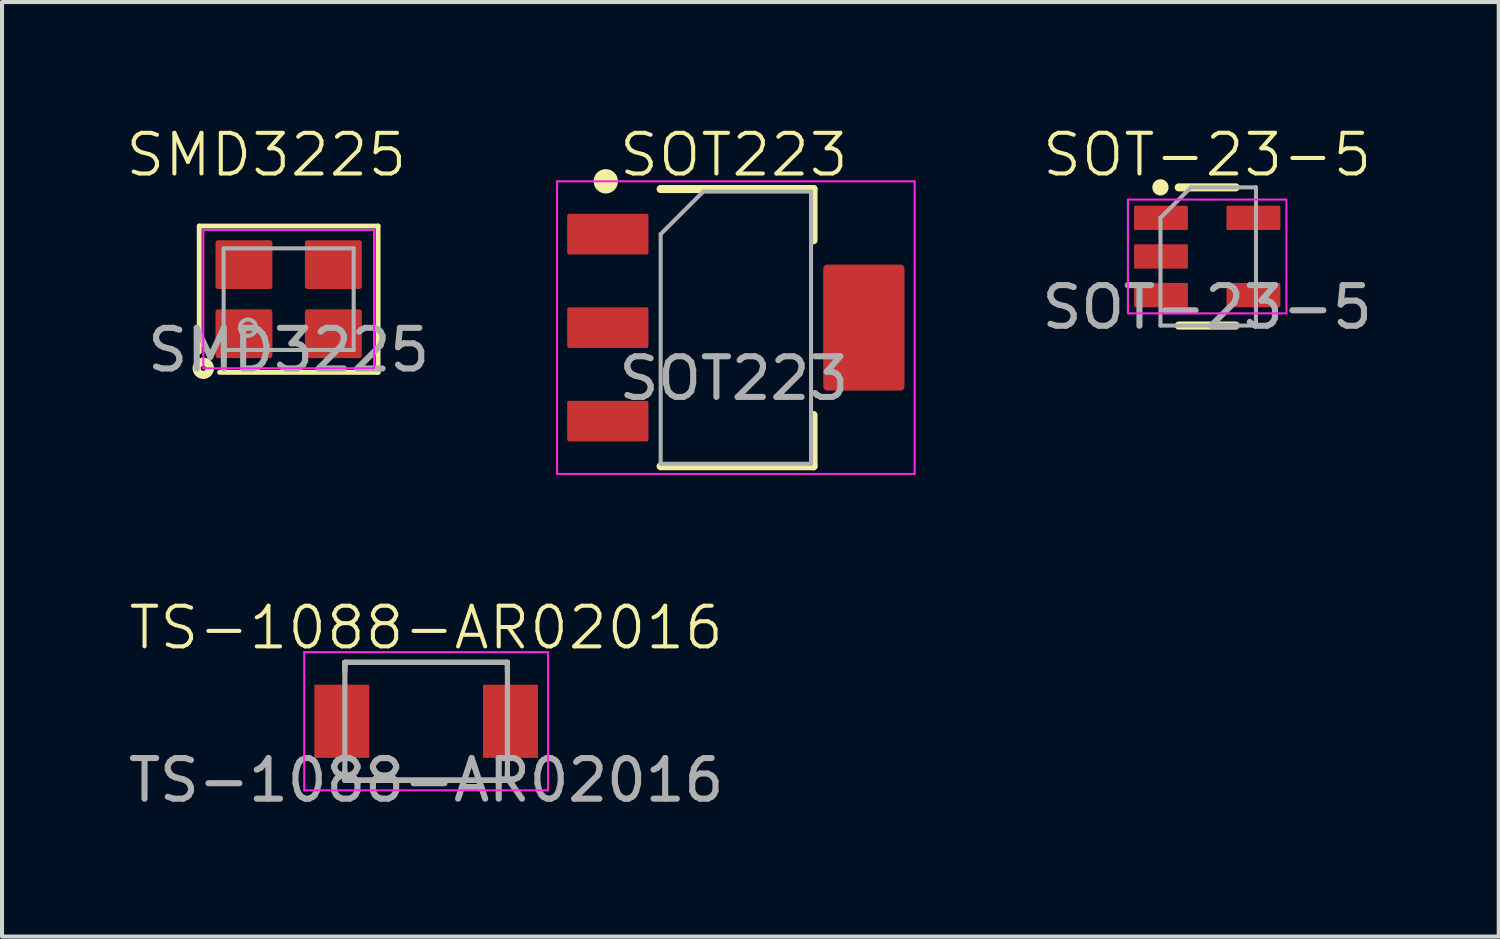
<source format=kicad_pcb>
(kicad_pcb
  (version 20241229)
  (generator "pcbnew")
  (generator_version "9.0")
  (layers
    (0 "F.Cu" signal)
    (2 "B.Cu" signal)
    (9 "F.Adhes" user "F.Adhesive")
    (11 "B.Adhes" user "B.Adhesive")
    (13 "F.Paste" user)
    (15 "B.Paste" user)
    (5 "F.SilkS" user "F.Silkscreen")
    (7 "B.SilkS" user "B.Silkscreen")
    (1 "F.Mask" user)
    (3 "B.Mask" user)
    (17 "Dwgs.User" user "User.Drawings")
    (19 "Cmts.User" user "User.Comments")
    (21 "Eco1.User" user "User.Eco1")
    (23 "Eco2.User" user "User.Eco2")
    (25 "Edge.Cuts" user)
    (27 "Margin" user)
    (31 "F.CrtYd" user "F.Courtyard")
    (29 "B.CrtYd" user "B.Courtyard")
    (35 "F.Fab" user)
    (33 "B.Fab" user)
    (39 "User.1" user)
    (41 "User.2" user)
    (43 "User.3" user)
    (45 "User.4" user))
  (footprint "SOT-23-5"
    (layer "F.Cu")
    (at 26.652 3.26)
    (property "Reference" "SOT-23-5" (at 0 -2.5 0) (unlocked yes) (layer "F.SilkS") (effects (font (size 1 1) (thickness 0.1))))
    (attr smd)
    (fp_line (start -0.7 -1.7) (end 0.7 -1.7) (stroke (width 0.2) (type solid)) (layer "F.SilkS"))
    (fp_line (start -0.7 1.7) (end 0.7 1.7) (stroke (width 0.2) (type solid)) (layer "F.SilkS"))
    (fp_circle (center -1.15 -1.7) (end -1 -1.7) (stroke (width 0.1) (type solid)) (fill yes) (layer "F.SilkS"))
    (fp_rect (start -1.95 -1.4) (end 1.95 1.4) (stroke (width 0.05) (type default)) (fill no) (layer "F.CrtYd"))
    (fp_line (start -1.15 -0.95) (end -0.4 -1.7) (stroke (width 0.1) (type default)) (layer "F.Fab"))
    (fp_line (start -1.15 1.7) (end -1.15 -0.95) (stroke (width 0.1) (type default)) (layer "F.Fab"))
    (fp_line (start -0.4 -1.7) (end 1.2 -1.7) (stroke (width 0.1) (type default)) (layer "F.Fab"))
    (fp_line (start 1.2 -1.7) (end 1.2 1.7) (stroke (width 0.1) (type default)) (layer "F.Fab"))
    (fp_line (start 1.2 1.7) (end -1.15 1.7) (stroke (width 0.1) (type default)) (layer "F.Fab"))
    (fp_text user "${REFERENCE}" (at 0 1.25 0) (unlocked yes) (layer "F.Fab") (effects (font (size 1 1) (thickness 0.15))))
    (pad "1" smd roundrect (at -1.137 -0.95) (size 1.325 0.6) (layers "F.Cu" "F.Mask" "F.Paste") (roundrect_rratio 0.05))
    (pad "2" smd roundrect (at -1.137 0) (size 1.325 0.6) (layers "F.Cu" "F.Mask" "F.Paste") (roundrect_rratio 0.05))
    (pad "3" smd roundrect (at -1.137 0.95) (size 1.325 0.6) (layers "F.Cu" "F.Mask" "F.Paste") (roundrect_rratio 0.05))
    (pad "4" smd roundrect (at 1.137 0.95) (size 1.325 0.6) (layers "F.Cu" "F.Mask" "F.Paste") (roundrect_rratio 0.05))
    (pad "5" smd roundrect (at 1.137 -0.95) (size 1.325 0.6) (layers "F.Cu" "F.Mask" "F.Paste") (roundrect_rratio 0.05)))
  (footprint "SOT223"
    (layer "F.Cu")
    (at 15.005 5.011)
    (property "Reference" "SOT223" (at 0 -4.25 0) (unlocked yes) (layer "F.SilkS") (effects (font (size 1 1) (thickness 0.1))))
    (attr smd)
    (fp_line (start -1.8 -3.41) (end 1.96 -3.41) (stroke (width 0.2) (type solid)) (layer "F.SilkS"))
    (fp_line (start -1.8 3.41) (end 1.96 3.41) (stroke (width 0.2) (type solid)) (layer "F.SilkS"))
    (fp_line (start 1.96 -3.41) (end 1.96 -2.15) (stroke (width 0.2) (type solid)) (layer "F.SilkS"))
    (fp_line (start 1.96 3.41) (end 1.96 2.15) (stroke (width 0.2) (type solid)) (layer "F.SilkS"))
    (fp_circle (center -3.15 -3.6) (end -2.95 -3.6) (stroke (width 0.2) (type solid)) (fill yes) (layer "F.SilkS"))
    (fp_line (start -4.35 -3.6) (end -4.35 3.6) (stroke (width 0.05) (type solid)) (layer "F.CrtYd"))
    (fp_line (start -4.35 3.6) (end 4.45 3.6) (stroke (width 0.05) (type solid)) (layer "F.CrtYd"))
    (fp_line (start 4.45 -3.6) (end -4.35 -3.6) (stroke (width 0.05) (type solid)) (layer "F.CrtYd"))
    (fp_line (start 4.45 3.6) (end 4.45 -3.6) (stroke (width 0.05) (type solid)) (layer "F.CrtYd"))
    (fp_line (start -1.8 -2.3) (end -1.8 3.35) (stroke (width 0.1) (type solid)) (layer "F.Fab"))
    (fp_line (start -1.8 -2.3) (end -0.75 -3.35) (stroke (width 0.1) (type solid)) (layer "F.Fab"))
    (fp_line (start -1.8 3.35) (end 1.9 3.35) (stroke (width 0.1) (type solid)) (layer "F.Fab"))
    (fp_line (start -0.75 -3.35) (end 1.9 -3.35) (stroke (width 0.1) (type solid)) (layer "F.Fab"))
    (fp_line (start 1.9 -3.35) (end 1.9 3.35) (stroke (width 0.1) (type solid)) (layer "F.Fab"))
    (fp_text user "${REFERENCE}" (at 0 1.25 0) (unlocked yes) (layer "F.Fab") (effects (font (size 1 1) (thickness 0.15))))
    (pad "1" smd roundrect (at -3.1 -2.3) (size 2 1) (layers "F.Cu" "F.Mask" "F.Paste") (roundrect_rratio 0.05))
    (pad "2" smd roundrect (at -3.1 0) (size 2 1) (layers "F.Cu" "F.Mask" "F.Paste") (roundrect_rratio 0.05))
    (pad "3" smd roundrect (at -3.1 2.3) (size 2 1) (layers "F.Cu" "F.Mask" "F.Paste") (roundrect_rratio 0.05))
    (pad "4" smd roundrect (at 3.2 0) (size 2 3.1) (layers "F.Cu" "F.Mask" "F.Paste") (roundrect_rratio 0.05)))
  (footprint "SMD3225"
    (layer "F.Cu")
    (at 4.052 4.311)
    (property "Reference" "SMD3225" (at -0.55 -3.55 0) (unlocked yes) (layer "F.SilkS") (effects (font (size 1 1) (thickness 0.1))))
    (attr smd)
    (fp_line (start -2.2 -1.8) (end 2.2 -1.8) (stroke (width 0.12) (type solid)) (layer "F.SilkS"))
    (fp_line (start -2.2 1.3) (end -2.2 -1.8) (stroke (width 0.12) (type solid)) (layer "F.SilkS"))
    (fp_line (start 2.2 -1.8) (end 2.2 1.8) (stroke (width 0.12) (type solid)) (layer "F.SilkS"))
    (fp_line (start 2.2 1.8) (end -1.7 1.8) (stroke (width 0.12) (type solid)) (layer "F.SilkS"))
    (fp_circle (center -2.1 1.7) (end -2.037 1.7) (stroke (width 0.2) (type solid)) (fill no) (layer "F.SilkS"))
    (fp_line (start -2.1 -1.7) (end -2.1 1.7) (stroke (width 0.05) (type solid)) (layer "F.CrtYd"))
    (fp_line (start -2.1 1.7) (end 2.1 1.7) (stroke (width 0.05) (type solid)) (layer "F.CrtYd"))
    (fp_line (start 2.1 -1.7) (end -2.1 -1.7) (stroke (width 0.05) (type solid)) (layer "F.CrtYd"))
    (fp_line (start 2.1 1.7) (end 2.1 -1.7) (stroke (width 0.05) (type solid)) (layer "F.CrtYd"))
    (fp_line (start -1.6 -1.25) (end -1.6 1.25) (stroke (width 0.1) (type solid)) (layer "F.Fab"))
    (fp_line (start -1.6 1.25) (end 1.6 1.25) (stroke (width 0.1) (type solid)) (layer "F.Fab"))
    (fp_line (start 1.6 -1.25) (end -1.6 -1.25) (stroke (width 0.1) (type solid)) (layer "F.Fab"))
    (fp_line (start 1.6 1.25) (end 1.6 -1.25) (stroke (width 0.1) (type solid)) (layer "F.Fab"))
    (fp_circle (center -1 0.7) (end -0.8 0.7) (stroke (width 0.1) (type solid)) (fill no) (layer "F.Fab"))
    (fp_text user "${REFERENCE}" (at 0 1.25 0) (unlocked yes) (layer "F.Fab") (effects (font (size 1 1) (thickness 0.15))))
    (pad "1" smd roundrect (at -1.1 0.85) (size 1.4 1.2) (layers "F.Cu" "F.Mask" "F.Paste") (roundrect_rratio 0.05))
    (pad "2" smd roundrect (at 1.1 0.85) (size 1.4 1.2) (layers "F.Cu" "F.Mask" "F.Paste") (roundrect_rratio 0.05))
    (pad "3" smd roundrect (at 1.1 -0.85) (size 1.4 1.2) (layers "F.Cu" "F.Mask" "F.Paste") (roundrect_rratio 0.05))
    (pad "4" smd roundrect (at -1.1 -0.85) (size 1.4 1.2) (layers "F.Cu" "F.Mask" "F.Paste") (roundrect_rratio 0.05)))
  (footprint "TS-1088-AR02016"
    (layer "F.Cu")
    (at 7.435 14.696)
    (property "Reference" "TS-1088-AR02016" (at 0 -2.3 0) (unlocked yes) (layer "F.SilkS") (effects (font (size 1 1) (thickness 0.1))))
    (attr smd)
    (fp_line (start -2 -1.45) (end 2 -1.45) (stroke (width 0.127) (type solid)) (layer "F.SilkS"))
    (fp_line (start -2 -1.22) (end -2 -1.45) (stroke (width 0.127) (type solid)) (layer "F.SilkS"))
    (fp_line (start -2 1.45) (end -2 1.22) (stroke (width 0.127) (type solid)) (layer "F.SilkS"))
    (fp_line (start 2 -1.45) (end 2 -1.22) (stroke (width 0.127) (type solid)) (layer "F.SilkS"))
    (fp_line (start 2 1.45) (end -2 1.45) (stroke (width 0.127) (type solid)) (layer "F.SilkS"))
    (fp_line (start 2 1.45) (end 2 1.22) (stroke (width 0.127) (type solid)) (layer "F.SilkS"))
    (fp_line (start -3 -1.7) (end -3 1.7) (stroke (width 0.05) (type solid)) (layer "F.CrtYd"))
    (fp_line (start -3 1.7) (end 3 1.7) (stroke (width 0.05) (type solid)) (layer "F.CrtYd"))
    (fp_line (start 3 -1.7) (end -3 -1.7) (stroke (width 0.05) (type solid)) (layer "F.CrtYd"))
    (fp_line (start 3 1.7) (end 3 -1.7) (stroke (width 0.05) (type solid)) (layer "F.CrtYd"))
    (fp_line (start -2 -1.45) (end 2 -1.45) (stroke (width 0.127) (type solid)) (layer "F.Fab"))
    (fp_line (start -2 1.45) (end -2 -1.45) (stroke (width 0.127) (type solid)) (layer "F.Fab"))
    (fp_line (start 2 -1.45) (end 2 1.45) (stroke (width 0.127) (type solid)) (layer "F.Fab"))
    (fp_line (start 2 1.45) (end -2 1.45) (stroke (width 0.127) (type solid)) (layer "F.Fab"))
    (fp_text user "${REFERENCE}" (at 0 1.45 0) (unlocked yes) (layer "F.Fab") (effects (font (size 1 1) (thickness 0.15))))
    (pad "1" smd rect (at -2.075 0) (size 1.35 1.8) (layers "F.Cu" "F.Mask" "F.Paste"))
    (pad "2" smd rect (at 2.075 0) (size 1.35 1.8) (layers "F.Cu" "F.Mask" "F.Paste")))
  (gr_rect
    (start -3 -3)
    (end 33.825 19.994)
    (stroke (width 0.1) (type default))
    (fill no)
    (layer "Edge.Cuts")))
</source>
